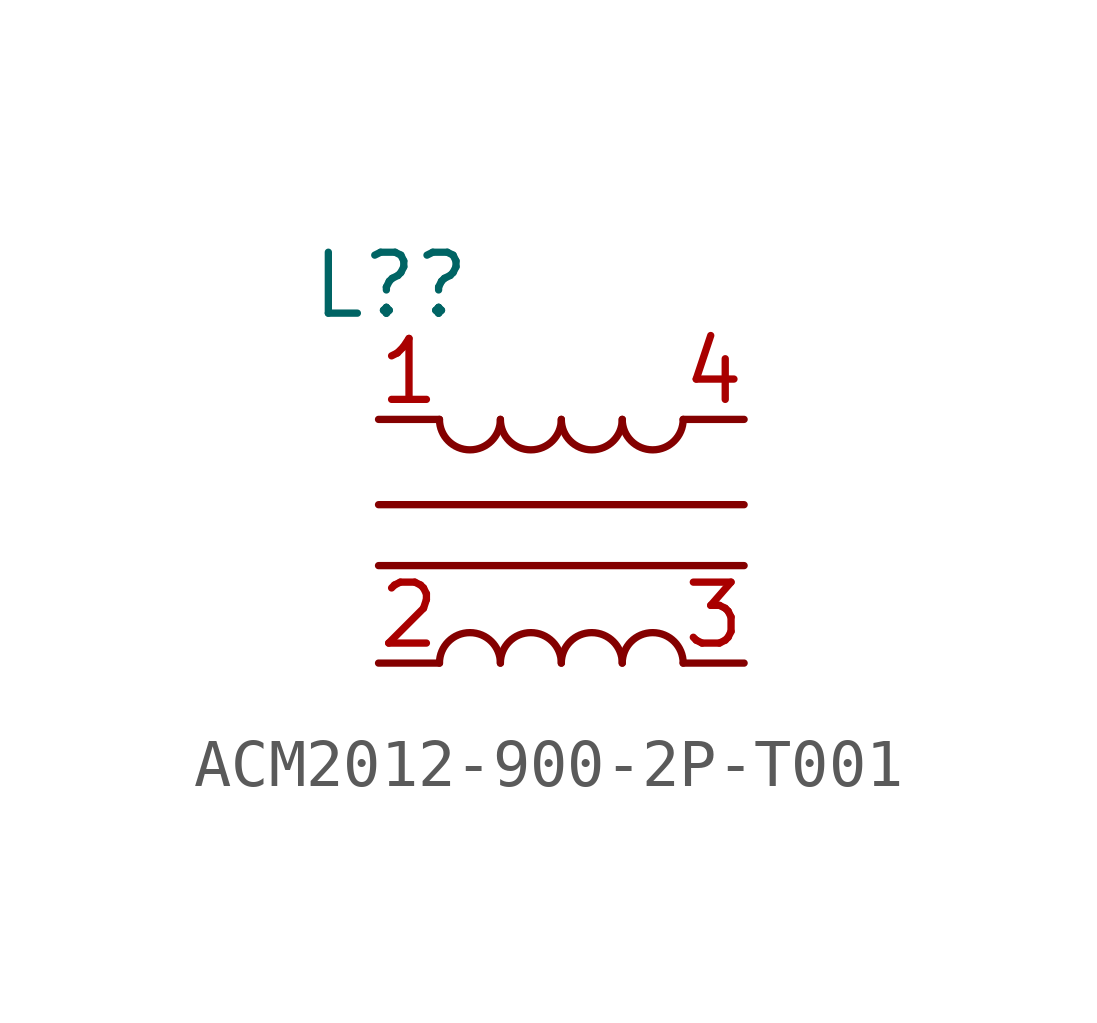
<source format=kicad_sym>
(kicad_symbol_lib
  (version 20241209)
  (generator "kicad_symbol_editor")
  (generator_version "9.0")
  (symbol "ACM2012-900-2P-T001"
    (property "Reference" "L?"
      (at -3.556 5.334 0)
      (effects (font (size 1.27 1.27))))
    (property "Value" ""
      (at 0 0 0)
      (effects (font (size 1.27 1.27))))
    (symbol "ACM2012-900-2P-T001_0_1"
      (arc (start -1.27 2.54) (mid -1.905 1.9077) (end -2.54 2.54) (stroke (width 0) (type default)) (fill (type none)))
      (arc (start -2.54 -2.54) (mid -1.905 -1.9077) (end -1.27 -2.54) (stroke (width 0) (type default)) (fill (type none)))
      (arc (start 0 2.54) (mid -0.635 1.9077) (end -1.27 2.54) (stroke (width 0) (type default)) (fill (type none)))
      (arc (start -1.27 -2.54) (mid -0.635 -1.9077) (end 0 -2.54) (stroke (width 0) (type default)) (fill (type none)))
      (arc (start 1.27 2.54) (mid 0.635 1.9077) (end 0 2.54) (stroke (width 0) (type default)) (fill (type none)))
      (arc (start 0 -2.54) (mid 0.635 -1.9077) (end 1.27 -2.54) (stroke (width 0) (type default)) (fill (type none)))
      (arc (start 2.54 2.54) (mid 1.905 1.9077) (end 1.27 2.54) (stroke (width 0) (type default)) (fill (type none)))
      (arc (start 1.27 -2.54) (mid 1.905 -1.9077) (end 2.54 -2.54) (stroke (width 0) (type default)) (fill (type none)))
      (polyline (pts (xy 3.81 0.762) (xy -3.81 0.762)) (stroke (width 0) (type default)) (fill (type none)))
      (polyline (pts (xy 3.81 -0.508) (xy -3.81 -0.508)) (stroke (width 0) (type default)) (fill (type none))))
    (symbol "ACM2012-900-2P-T001_1_1"
      (pin passive line (at -3.81 2.54 0) (length 1.27) (name "" (effects (font (size 1.27 1.27)))) (number "1" (effects (font (size 1.27 1.27)))))
      (pin passive line (at -3.81 -2.54 0) (length 1.27) (name "" (effects (font (size 1.27 1.27)))) (number "2" (effects (font (size 1.27 1.27)))))
      (pin passive line (at 3.81 2.54 180) (length 1.27) (name "" (effects (font (size 1.27 1.27)))) (number "4" (effects (font (size 1.27 1.27)))))
      (pin passive line (at 3.81 -2.54 180) (length 1.27) (name "" (effects (font (size 1.27 1.27)))) (number "3" (effects (font (size 1.27 1.27))))))))
</source>
